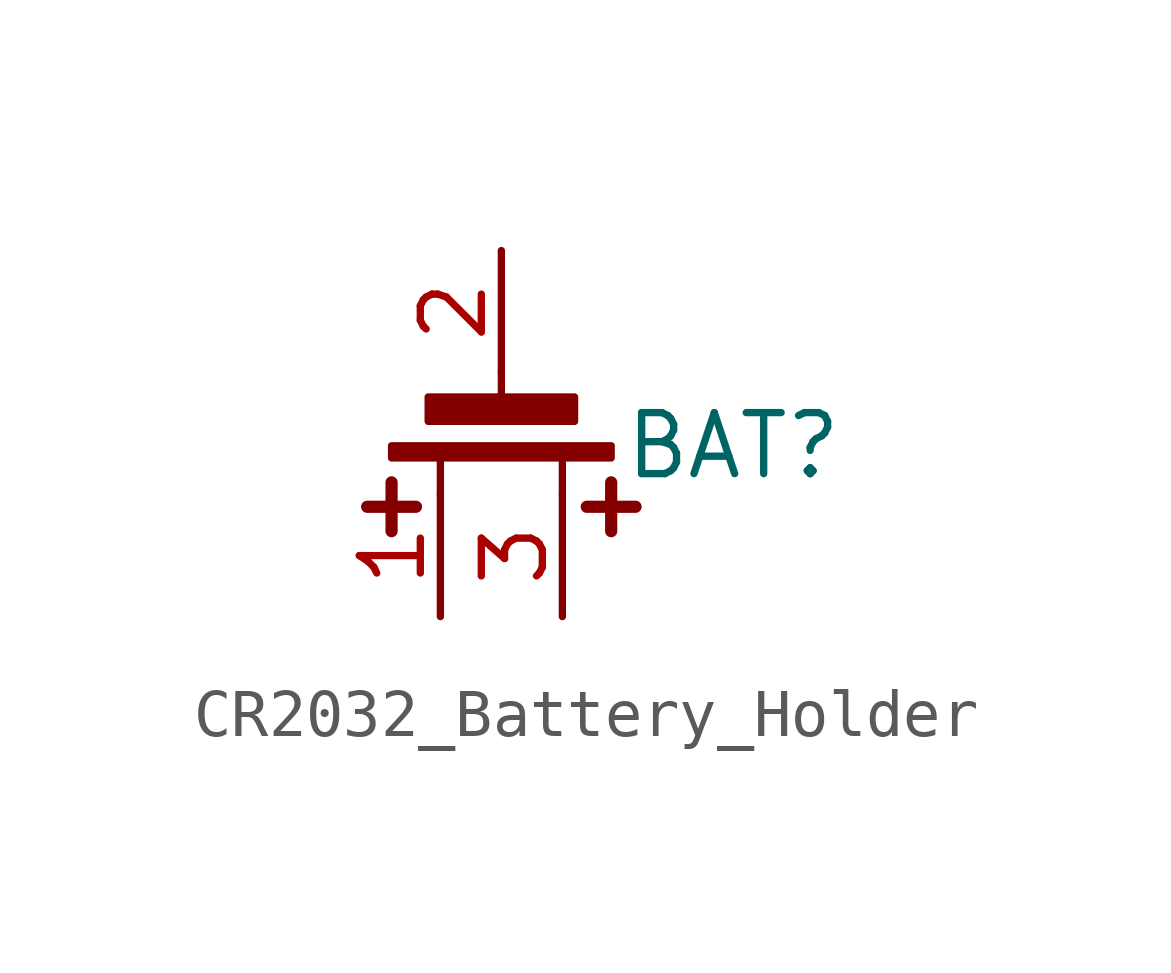
<source format=kicad_sym>
(kicad_symbol_lib
  (version 20241209)
  (generator "kicad_symbol_editor")
  (generator_version "9.0")
  (symbol "CR2032_Battery_Holder"
    (property "Reference" "BAT"
      (at 4.826 -0.254 0)
      (effects (font (size 1.27 1.27))))
    (property "Value" ""
      (at 0 0 0)
      (effects (font (size 1.27 1.27))))
    (symbol "CR2032_Battery_Holder_0_1"
      (polyline (pts (xy -2.286 -2.032) (xy -2.286 -1.016)) (stroke (width 0.254) (type default)) (fill (type none)))
      (polyline (pts (xy -1.778 -1.524) (xy -2.794 -1.524)) (stroke (width 0.254) (type default)) (fill (type none)))
      (polyline (pts (xy -1.27 -0.508) (xy -1.27 -1.27)) (stroke (width 0) (type default)) (fill (type none)))
      (polyline (pts (xy 0 0.508) (xy 0 1.27)) (stroke (width 0) (type default)) (fill (type none)))
      (polyline (pts (xy 1.27 -0.508) (xy 1.27 -1.27)) (stroke (width 0) (type default)) (fill (type none)))
      (rectangle (start 1.524 0.254) (end -1.524 0.762) (stroke (width 0) (type default)) (fill (type outline)))
      (rectangle (start 2.286 -0.508) (end -2.286 -0.254) (stroke (width 0) (type default)) (fill (type outline)))
      (polyline (pts (xy 2.286 -2.032) (xy 2.286 -1.016)) (stroke (width 0.254) (type default)) (fill (type none)))
      (polyline (pts (xy 2.794 -1.524) (xy 1.778 -1.524)) (stroke (width 0.254) (type default)) (fill (type none))))
    (symbol "CR2032_Battery_Holder_1_1"
      (pin passive line (at -1.27 -3.81 90) (length 2.54) (name "~" (effects (font (size 1.27 1.27)))) (number "1" (effects (font (size 1.27 1.27)))))
      (pin passive line (at 0 3.81 270) (length 2.54) (name "~" (effects (font (size 1.27 1.27)))) (number "2" (effects (font (size 1.27 1.27)))))
      (pin passive line (at 1.27 -3.81 90) (length 2.54) (name "~" (effects (font (size 1.27 1.27)))) (number "3" (effects (font (size 1.27 1.27))))))))
</source>
